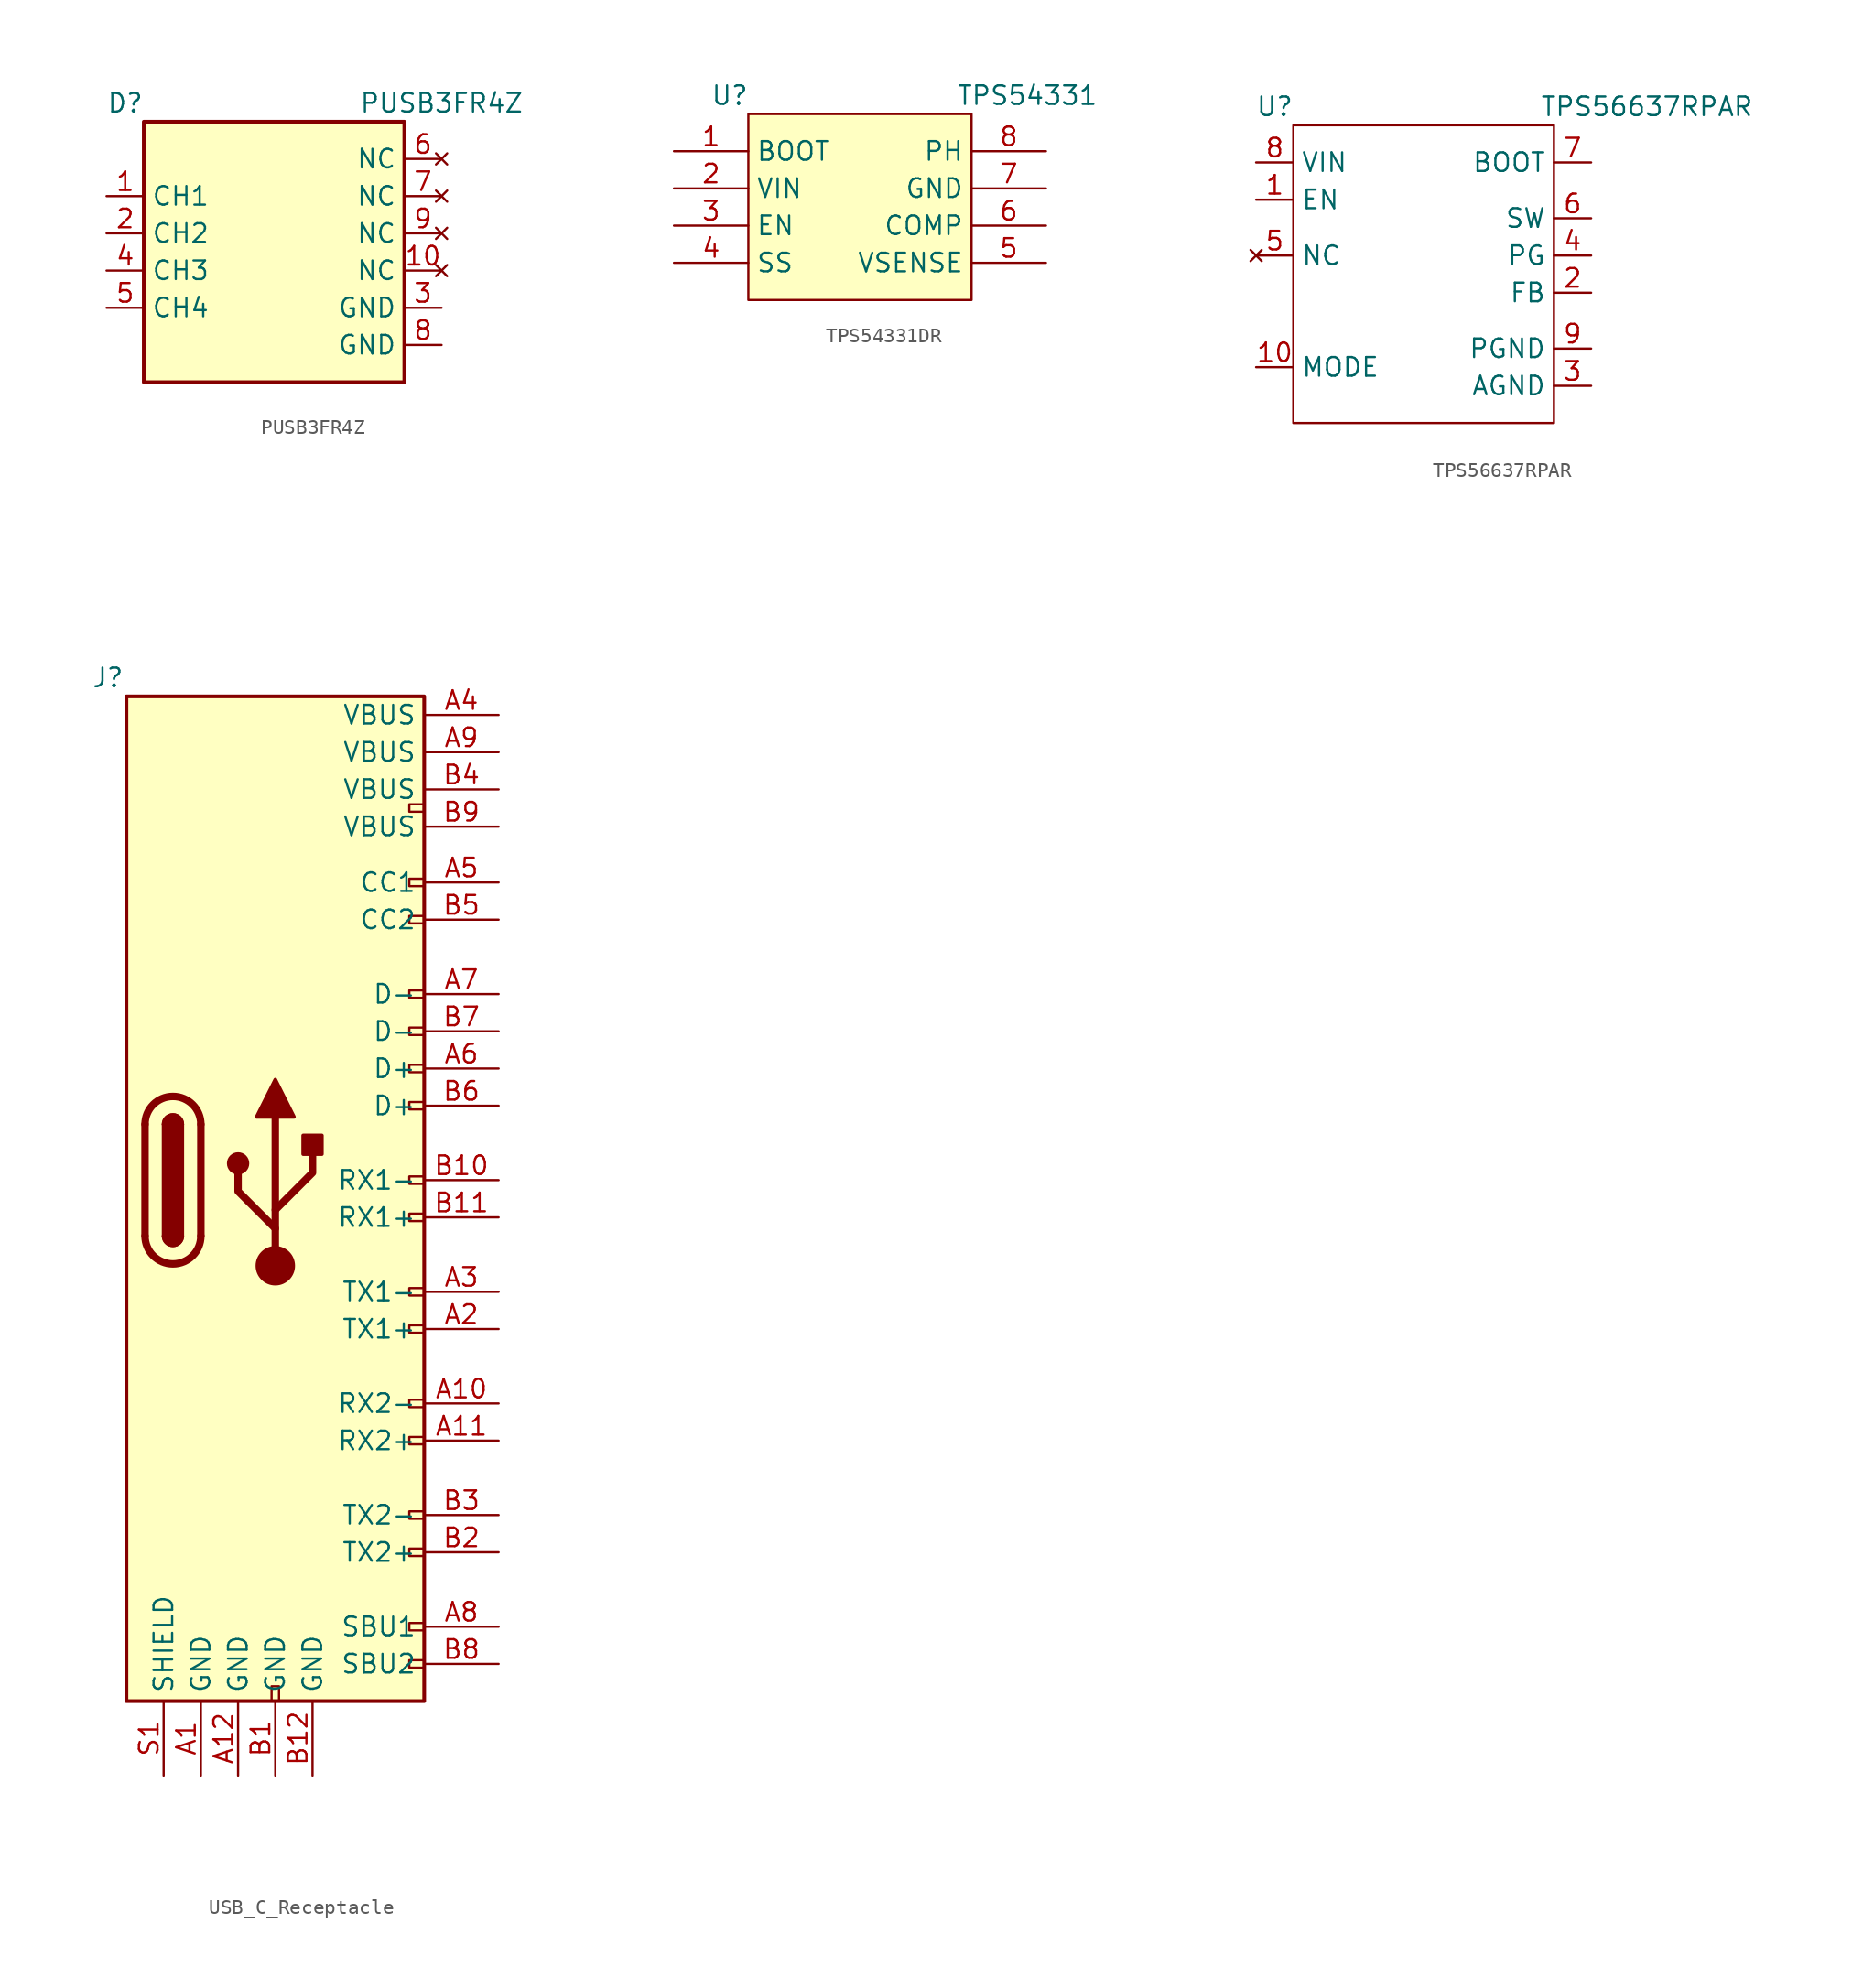
<source format=kicad_sym>
(kicad_symbol_lib
  (version 20220914)
  (generator kicad_symbol_editor)
  (symbol "PUSB3FR4Z"
    (property "Reference" "D"
      (at -10.16 10.16 0)
      (effects (font (size 1.27 1.27))))
    (property "Value" "PUSB3FR4Z"
      (at 11.43 10.16 0)
      (effects (font (size 1.27 1.27))))
    (symbol "PUSB3FR4Z_1_1"
      (rectangle (start -8.89 8.89) (end 8.89 -8.89) (stroke (width 0.254) (type default)) (fill (type background)))
      (pin passive line (at -11.43 3.81 0) (length 2.54) (name "CH1" (effects (font (size 1.27 1.27)))) (number "1" (effects (font (size 1.27 1.27)))))
      (pin no_connect line (at 11.43 -1.27 180) (length 2.54) (name "NC" (effects (font (size 1.27 1.27)))) (number "10" (effects (font (size 1.27 1.27)))))
      (pin passive line (at -11.43 1.27 0) (length 2.54) (name "CH2" (effects (font (size 1.27 1.27)))) (number "2" (effects (font (size 1.27 1.27)))))
      (pin power_in line (at 11.43 -3.81 180) (length 2.54) (name "GND" (effects (font (size 1.27 1.27)))) (number "3" (effects (font (size 1.27 1.27)))))
      (pin passive line (at -11.43 -1.27 0) (length 2.54) (name "CH3" (effects (font (size 1.27 1.27)))) (number "4" (effects (font (size 1.27 1.27)))))
      (pin passive line (at -11.43 -3.81 0) (length 2.54) (name "CH4" (effects (font (size 1.27 1.27)))) (number "5" (effects (font (size 1.27 1.27)))))
      (pin no_connect line (at 11.43 6.35 180) (length 2.54) (name "NC" (effects (font (size 1.27 1.27)))) (number "6" (effects (font (size 1.27 1.27)))))
      (pin no_connect line (at 11.43 3.81 180) (length 2.54) (name "NC" (effects (font (size 1.27 1.27)))) (number "7" (effects (font (size 1.27 1.27)))))
      (pin power_in line (at 11.43 -6.35 180) (length 2.54) (name "GND" (effects (font (size 1.27 1.27)))) (number "8" (effects (font (size 1.27 1.27)))))
      (pin no_connect line (at 11.43 1.27 180) (length 2.54) (name "NC" (effects (font (size 1.27 1.27)))) (number "9" (effects (font (size 1.27 1.27)))))))
  (symbol "TPS54331DR"
    (property "Reference" "U"
      (at -8.89 7.62 0)
      (effects (font (size 1.27 1.27))))
    (property "Value" "TPS54331"
      (at 11.43 7.62 0)
      (effects (font (size 1.27 1.27))))
    (symbol "TPS54331DR_1_1"
      (rectangle (start -7.62 6.35) (end 7.62 -6.35) (stroke (width 0) (type default)) (fill (type background)))
      (pin output line (at -12.7 3.81 0) (length 5.08) (name "BOOT" (effects (font (size 1.27 1.27)))) (number "1" (effects (font (size 1.27 1.27)))))
      (pin power_in line (at -12.7 1.27 0) (length 5.08) (name "VIN" (effects (font (size 1.27 1.27)))) (number "2" (effects (font (size 1.27 1.27)))))
      (pin input line (at -12.7 -1.27 0) (length 5.08) (name "EN" (effects (font (size 1.27 1.27)))) (number "3" (effects (font (size 1.27 1.27)))))
      (pin input line (at -12.7 -3.81 0) (length 5.08) (name "SS" (effects (font (size 1.27 1.27)))) (number "4" (effects (font (size 1.27 1.27)))))
      (pin input line (at 12.7 -3.81 180) (length 5.08) (name "VSENSE" (effects (font (size 1.27 1.27)))) (number "5" (effects (font (size 1.27 1.27)))))
      (pin output line (at 12.7 -1.27 180) (length 5.08) (name "COMP" (effects (font (size 1.27 1.27)))) (number "6" (effects (font (size 1.27 1.27)))))
      (pin power_in line (at 12.7 1.27 180) (length 5.08) (name "GND" (effects (font (size 1.27 1.27)))) (number "7" (effects (font (size 1.27 1.27)))))
      (pin output line (at 12.7 3.81 180) (length 5.08) (name "PH" (effects (font (size 1.27 1.27)))) (number "8" (effects (font (size 1.27 1.27)))))))
  (symbol "TPS56637RPAR"
    (property "Reference" "U"
      (at -10.16 11.43 0)
      (effects (font (size 1.27 1.27))))
    (property "Value" "TPS56637RPAR"
      (at 15.24 11.43 0)
      (effects (font (size 1.27 1.27))))
    (symbol "TPS56637RPAR_0_1"
      (rectangle (start -8.89 10.16) (end 8.89 -10.16) (stroke (width 0) (type default)) (fill (type none))))
    (symbol "TPS56637RPAR_1_1"
      (pin input line (at -11.43 5.08 0) (length 2.54) (name "EN" (effects (font (size 1.27 1.27)))) (number "1" (effects (font (size 1.27 1.27)))))
      (pin input line (at -11.43 -6.35 0) (length 2.54) (name "MODE" (effects (font (size 1.27 1.27)))) (number "10" (effects (font (size 1.27 1.27)))))
      (pin input line (at 11.43 -1.27 180) (length 2.54) (name "FB" (effects (font (size 1.27 1.27)))) (number "2" (effects (font (size 1.27 1.27)))))
      (pin power_in line (at 11.43 -7.62 180) (length 2.54) (name "AGND" (effects (font (size 1.27 1.27)))) (number "3" (effects (font (size 1.27 1.27)))))
      (pin output line (at 11.43 1.27 180) (length 2.54) (name "PG" (effects (font (size 1.27 1.27)))) (number "4" (effects (font (size 1.27 1.27)))))
      (pin no_connect line (at -11.43 1.27 0) (length 2.54) (name "NC" (effects (font (size 1.27 1.27)))) (number "5" (effects (font (size 1.27 1.27)))))
      (pin output line (at 11.43 3.81 180) (length 2.54) (name "SW" (effects (font (size 1.27 1.27)))) (number "6" (effects (font (size 1.27 1.27)))))
      (pin input line (at 11.43 7.62 180) (length 2.54) (name "BOOT" (effects (font (size 1.27 1.27)))) (number "7" (effects (font (size 1.27 1.27)))))
      (pin input line (at -11.43 7.62 0) (length 2.54) (name "VIN" (effects (font (size 1.27 1.27)))) (number "8" (effects (font (size 1.27 1.27)))))
      (pin power_in line (at 11.43 -5.08 180) (length 2.54) (name "PGND" (effects (font (size 1.27 1.27)))) (number "9" (effects (font (size 1.27 1.27)))))))
  (symbol "USB_C_Receptacle"
    (property "Reference" "J"
      (at -10.16 35.56 0)
      (effects (font (size 1.27 1.27))))
    (property "Value" ""
      (at 0 -1.27 0)
      (effects (font (size 1.27 1.27))))
    (symbol "USB_C_Receptacle_0_0"
      (rectangle (start 1.016 -34.29) (end 1.524 -33.274) (stroke (width 0) (type default)) (fill (type none)))
      (rectangle (start 11.43 -31.496) (end 10.414 -32.004) (stroke (width 0) (type default)) (fill (type none)))
      (rectangle (start 11.43 -28.956) (end 10.414 -29.464) (stroke (width 0) (type default)) (fill (type none)))
      (rectangle (start 11.43 -23.876) (end 10.414 -24.384) (stroke (width 0) (type default)) (fill (type none)))
      (rectangle (start 11.43 -21.336) (end 10.414 -21.844) (stroke (width 0) (type default)) (fill (type none)))
      (rectangle (start 11.43 -16.256) (end 10.414 -16.764) (stroke (width 0) (type default)) (fill (type none)))
      (rectangle (start 11.43 -13.716) (end 10.414 -14.224) (stroke (width 0) (type default)) (fill (type none)))
      (rectangle (start 11.43 -8.636) (end 10.414 -9.144) (stroke (width 0) (type default)) (fill (type none)))
      (rectangle (start 11.43 -6.096) (end 10.414 -6.604) (stroke (width 0) (type default)) (fill (type none)))
      (rectangle (start 11.43 -1.016) (end 10.414 -1.524) (stroke (width 0) (type default)) (fill (type none)))
      (rectangle (start 11.43 1.524) (end 10.414 1.016) (stroke (width 0) (type default)) (fill (type none)))
      (rectangle (start 11.43 6.604) (end 10.414 6.096) (stroke (width 0) (type default)) (fill (type none)))
      (rectangle (start 11.43 9.144) (end 10.414 8.636) (stroke (width 0) (type default)) (fill (type none)))
      (rectangle (start 11.43 11.684) (end 10.414 11.176) (stroke (width 0) (type default)) (fill (type none)))
      (rectangle (start 11.43 14.224) (end 10.414 13.716) (stroke (width 0) (type default)) (fill (type none)))
      (rectangle (start 11.43 19.304) (end 10.414 18.796) (stroke (width 0) (type default)) (fill (type none)))
      (rectangle (start 11.43 21.844) (end 10.414 21.336) (stroke (width 0) (type default)) (fill (type none)))
      (rectangle (start 11.43 26.924) (end 10.414 26.416) (stroke (width 0) (type default)) (fill (type none))))
    (symbol "USB_C_Receptacle_0_1"
      (rectangle (start -8.89 34.29) (end 11.43 -34.29) (stroke (width 0.254) (type default)) (fill (type background)))
      (arc (start -7.62 -2.54) (mid -5.715 -4.4367) (end -3.81 -2.54) (stroke (width 0.508) (type default)) (fill (type none)))
      (arc (start -6.35 -2.54) (mid -5.715 -3.1723) (end -5.08 -2.54) (stroke (width 0.254) (type default)) (fill (type none)))
      (arc (start -6.35 -2.54) (mid -5.715 -3.1723) (end -5.08 -2.54) (stroke (width 0.254) (type default)) (fill (type outline)))
      (rectangle (start -6.35 -2.54) (end -5.08 5.08) (stroke (width 0.254) (type default)) (fill (type outline)))
      (arc (start -5.08 5.08) (mid -5.715 5.7123) (end -6.35 5.08) (stroke (width 0.254) (type default)) (fill (type none)))
      (arc (start -5.08 5.08) (mid -5.715 5.7123) (end -6.35 5.08) (stroke (width 0.254) (type default)) (fill (type outline)))
      (arc (start -3.81 5.08) (mid -5.715 6.9767) (end -7.62 5.08) (stroke (width 0.508) (type default)) (fill (type none)))
      (polyline (pts (xy -7.62 -2.54) (xy -7.62 5.08)) (stroke (width 0.508) (type default)) (fill (type none)))
      (polyline (pts (xy -3.81 5.08) (xy -3.81 -2.54)) (stroke (width 0.508) (type default)) (fill (type none))))
    (symbol "USB_C_Receptacle_1_1"
      (circle (center -1.27 2.413) (radius 0.635) (stroke (width 0.254) (type default)) (fill (type outline)))
      (polyline (pts (xy 1.27 -4.572) (xy 1.27 5.588)) (stroke (width 0.508) (type default)) (fill (type none)))
      (polyline (pts (xy 1.27 -2.032) (xy -1.27 0.508) (xy -1.27 1.778)) (stroke (width 0.508) (type default)) (fill (type none)))
      (polyline (pts (xy 1.27 -0.762) (xy 3.81 1.778) (xy 3.81 3.048)) (stroke (width 0.508) (type default)) (fill (type none)))
      (polyline (pts (xy 0 5.588) (xy 1.27 8.128) (xy 2.54 5.588) (xy 0 5.588)) (stroke (width 0.254) (type default)) (fill (type outline)))
      (circle (center 1.27 -4.572) (radius 1.27) (stroke (width 0) (type default)) (fill (type outline)))
      (rectangle (start 3.175 3.048) (end 4.445 4.318) (stroke (width 0.254) (type default)) (fill (type outline)))
      (pin passive line (at -3.81 -39.37 90) (length 5.08) (name "GND" (effects (font (size 1.27 1.27)))) (number "A1" (effects (font (size 1.27 1.27)))))
      (pin bidirectional line (at 16.51 -13.97 180) (length 5.08) (name "RX2-" (effects (font (size 1.27 1.27)))) (number "A10" (effects (font (size 1.27 1.27)))))
      (pin bidirectional line (at 16.51 -16.51 180) (length 5.08) (name "RX2+" (effects (font (size 1.27 1.27)))) (number "A11" (effects (font (size 1.27 1.27)))))
      (pin passive line (at -1.27 -39.37 90) (length 5.08) (name "GND" (effects (font (size 1.27 1.27)))) (number "A12" (effects (font (size 1.27 1.27)))))
      (pin bidirectional line (at 16.51 -8.89 180) (length 5.08) (name "TX1+" (effects (font (size 1.27 1.27)))) (number "A2" (effects (font (size 1.27 1.27)))))
      (pin bidirectional line (at 16.51 -6.35 180) (length 5.08) (name "TX1-" (effects (font (size 1.27 1.27)))) (number "A3" (effects (font (size 1.27 1.27)))))
      (pin passive line (at 16.51 33.02 180) (length 5.08) (name "VBUS" (effects (font (size 1.27 1.27)))) (number "A4" (effects (font (size 1.27 1.27)))))
      (pin bidirectional line (at 16.51 21.59 180) (length 5.08) (name "CC1" (effects (font (size 1.27 1.27)))) (number "A5" (effects (font (size 1.27 1.27)))))
      (pin bidirectional line (at 16.51 8.89 180) (length 5.08) (name "D+" (effects (font (size 1.27 1.27)))) (number "A6" (effects (font (size 1.27 1.27)))))
      (pin bidirectional line (at 16.51 13.97 180) (length 5.08) (name "D-" (effects (font (size 1.27 1.27)))) (number "A7" (effects (font (size 1.27 1.27)))))
      (pin bidirectional line (at 16.51 -29.21 180) (length 5.08) (name "SBU1" (effects (font (size 1.27 1.27)))) (number "A8" (effects (font (size 1.27 1.27)))))
      (pin passive line (at 16.51 30.48 180) (length 5.08) (name "VBUS" (effects (font (size 1.27 1.27)))) (number "A9" (effects (font (size 1.27 1.27)))))
      (pin passive line (at 1.27 -39.37 90) (length 5.08) (name "GND" (effects (font (size 1.27 1.27)))) (number "B1" (effects (font (size 1.27 1.27)))))
      (pin bidirectional line (at 16.51 1.27 180) (length 5.08) (name "RX1-" (effects (font (size 1.27 1.27)))) (number "B10" (effects (font (size 1.27 1.27)))))
      (pin bidirectional line (at 16.51 -1.27 180) (length 5.08) (name "RX1+" (effects (font (size 1.27 1.27)))) (number "B11" (effects (font (size 1.27 1.27)))))
      (pin passive line (at 3.81 -39.37 90) (length 5.08) (name "GND" (effects (font (size 1.27 1.27)))) (number "B12" (effects (font (size 1.27 1.27)))))
      (pin bidirectional line (at 16.51 -24.13 180) (length 5.08) (name "TX2+" (effects (font (size 1.27 1.27)))) (number "B2" (effects (font (size 1.27 1.27)))))
      (pin bidirectional line (at 16.51 -21.59 180) (length 5.08) (name "TX2-" (effects (font (size 1.27 1.27)))) (number "B3" (effects (font (size 1.27 1.27)))))
      (pin passive line (at 16.51 27.94 180) (length 5.08) (name "VBUS" (effects (font (size 1.27 1.27)))) (number "B4" (effects (font (size 1.27 1.27)))))
      (pin bidirectional line (at 16.51 19.05 180) (length 5.08) (name "CC2" (effects (font (size 1.27 1.27)))) (number "B5" (effects (font (size 1.27 1.27)))))
      (pin bidirectional line (at 16.51 6.35 180) (length 5.08) (name "D+" (effects (font (size 1.27 1.27)))) (number "B6" (effects (font (size 1.27 1.27)))))
      (pin bidirectional line (at 16.51 11.43 180) (length 5.08) (name "D-" (effects (font (size 1.27 1.27)))) (number "B7" (effects (font (size 1.27 1.27)))))
      (pin bidirectional line (at 16.51 -31.75 180) (length 5.08) (name "SBU2" (effects (font (size 1.27 1.27)))) (number "B8" (effects (font (size 1.27 1.27)))))
      (pin passive line (at 16.51 25.4 180) (length 5.08) (name "VBUS" (effects (font (size 1.27 1.27)))) (number "B9" (effects (font (size 1.27 1.27)))))
      (pin passive line (at -6.35 -39.37 90) (length 5.08) (name "SHIELD" (effects (font (size 1.27 1.27)))) (number "S1" (effects (font (size 1.27 1.27))))))))
</source>
